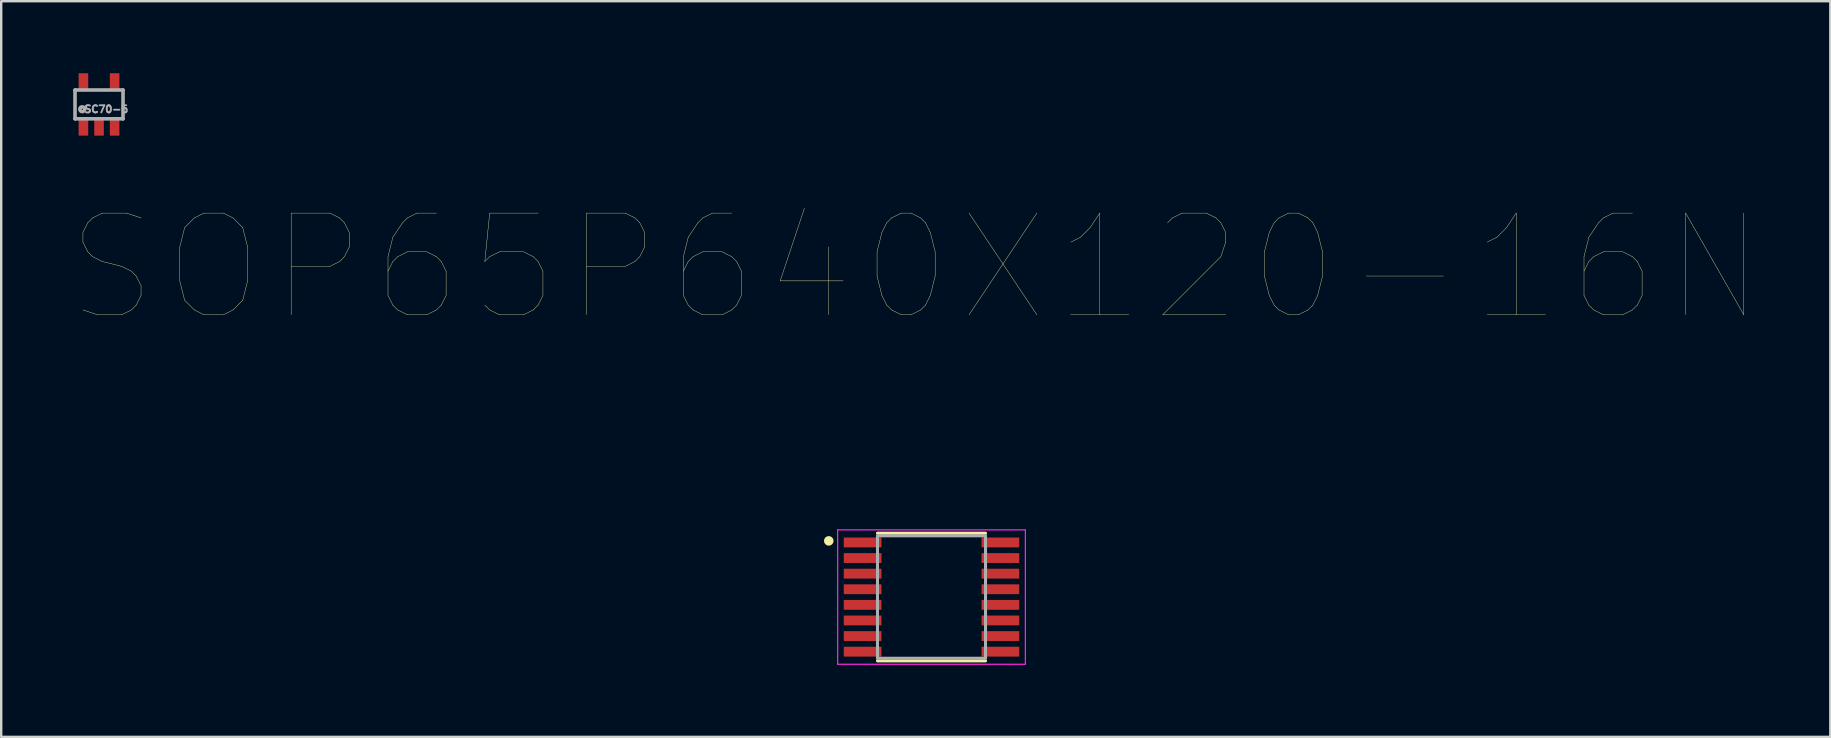
<source format=kicad_pcb>
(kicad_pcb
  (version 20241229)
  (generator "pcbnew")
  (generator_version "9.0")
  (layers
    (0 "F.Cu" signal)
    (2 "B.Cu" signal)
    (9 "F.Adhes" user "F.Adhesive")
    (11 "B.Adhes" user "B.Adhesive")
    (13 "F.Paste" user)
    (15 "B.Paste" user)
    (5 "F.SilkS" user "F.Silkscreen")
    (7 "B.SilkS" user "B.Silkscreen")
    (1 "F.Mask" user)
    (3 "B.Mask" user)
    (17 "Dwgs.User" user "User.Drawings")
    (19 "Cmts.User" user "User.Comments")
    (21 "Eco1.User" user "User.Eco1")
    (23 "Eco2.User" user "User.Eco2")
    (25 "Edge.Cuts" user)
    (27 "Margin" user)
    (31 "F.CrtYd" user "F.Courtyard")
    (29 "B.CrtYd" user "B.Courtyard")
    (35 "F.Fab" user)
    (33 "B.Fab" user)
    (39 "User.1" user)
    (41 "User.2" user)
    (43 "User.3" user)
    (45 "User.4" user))
  (footprint "SC70-5"
    (layer "F.Cu")
    (at 1.075 1.3)
    (property "Reference" "SC70-5" (at 0.3 0.2 0) (layer "F.Fab") (effects (font (size 0.3 0.3) (thickness 0.075))))
    (attr through_hole)
    (fp_line (start -1 -0.6) (end 1 -0.6) (stroke (width 0.15) (type solid)) (layer "F.Fab"))
    (fp_line (start -1 0.6) (end -1 -0.6) (stroke (width 0.15) (type solid)) (layer "F.Fab"))
    (fp_line (start 1 -0.6) (end 1 0.6) (stroke (width 0.15) (type solid)) (layer "F.Fab"))
    (fp_line (start 1 0.6) (end -1 0.6) (stroke (width 0.15) (type solid)) (layer "F.Fab"))
    (fp_circle (center -0.7 0.2) (end -0.7 0.3) (stroke (width 0.15) (type solid)) (fill no) (layer "F.Fab"))
    (pad "1" smd rect (at -0.65 0.95) (size 0.4 0.7) (layers "F.Cu" "F.Mask" "F.Paste"))
    (pad "2" smd rect (at 0 0.95) (size 0.4 0.7) (layers "F.Cu" "F.Mask" "F.Paste"))
    (pad "3" smd rect (at 0.65 0.95) (size 0.4 0.7) (layers "F.Cu" "F.Mask" "F.Paste"))
    (pad "4" smd rect (at 0.65 -0.95) (size 0.4 0.7) (layers "F.Cu" "F.Mask" "F.Paste"))
    (pad "5" smd rect (at -0.65 -0.95) (size 0.4 0.7) (layers "F.Cu" "F.Mask" "F.Paste")))
  (footprint "SOP65P640X120-16N"
    (layer "F.Cu")
    (at 35.755 21.822)
    (property "Reference" "SOP65P640X120-16N" (at -0.655 -13.718 0) (layer "F.SilkS") (effects (font (size 4.236 4.236) (thickness 0.015))))
    (attr through_hole)
    (fp_line (start -2.25 2.66) (end 2.25 2.66) (stroke (width 0.127) (type solid)) (layer "F.SilkS"))
    (fp_line (start 2.25 -2.66) (end -2.25 -2.66) (stroke (width 0.127) (type solid)) (layer "F.SilkS"))
    (fp_circle (center -4.28 -2.34) (end -4.18 -2.34) (stroke (width 0.2) (type solid)) (fill no) (layer "F.SilkS"))
    (fp_line (start -3.91 -2.8) (end 3.91 -2.8) (stroke (width 0.05) (type solid)) (layer "F.CrtYd"))
    (fp_line (start -3.91 2.8) (end -3.91 -2.8) (stroke (width 0.05) (type solid)) (layer "F.CrtYd"))
    (fp_line (start 3.91 -2.8) (end 3.91 2.8) (stroke (width 0.05) (type solid)) (layer "F.CrtYd"))
    (fp_line (start 3.91 2.8) (end -3.91 2.8) (stroke (width 0.05) (type solid)) (layer "F.CrtYd"))
    (fp_line (start -2.25 -2.55) (end -2.25 2.55) (stroke (width 0.127) (type solid)) (layer "F.Fab"))
    (fp_line (start -2.25 2.55) (end 2.25 2.55) (stroke (width 0.127) (type solid)) (layer "F.Fab"))
    (fp_line (start 2.25 -2.55) (end -2.25 -2.55) (stroke (width 0.127) (type solid)) (layer "F.Fab"))
    (fp_line (start 2.25 2.55) (end 2.25 -2.55) (stroke (width 0.127) (type solid)) (layer "F.Fab"))
    (pad "1" smd rect (at -2.87 -2.275) (size 1.57 0.41) (layers "F.Cu" "F.Mask" "F.Paste"))
    (pad "2" smd rect (at -2.87 -1.625) (size 1.57 0.41) (layers "F.Cu" "F.Mask" "F.Paste"))
    (pad "3" smd rect (at -2.87 -0.975) (size 1.57 0.41) (layers "F.Cu" "F.Mask" "F.Paste"))
    (pad "4" smd rect (at -2.87 -0.325) (size 1.57 0.41) (layers "F.Cu" "F.Mask" "F.Paste"))
    (pad "5" smd rect (at -2.87 0.325) (size 1.57 0.41) (layers "F.Cu" "F.Mask" "F.Paste"))
    (pad "6" smd rect (at -2.87 0.975) (size 1.57 0.41) (layers "F.Cu" "F.Mask" "F.Paste"))
    (pad "7" smd rect (at -2.87 1.625) (size 1.57 0.41) (layers "F.Cu" "F.Mask" "F.Paste"))
    (pad "8" smd rect (at -2.87 2.275) (size 1.57 0.41) (layers "F.Cu" "F.Mask" "F.Paste"))
    (pad "9" smd rect (at 2.87 2.275) (size 1.57 0.41) (layers "F.Cu" "F.Mask" "F.Paste"))
    (pad "10" smd rect (at 2.87 1.625) (size 1.57 0.41) (layers "F.Cu" "F.Mask" "F.Paste"))
    (pad "11" smd rect (at 2.87 0.975) (size 1.57 0.41) (layers "F.Cu" "F.Mask" "F.Paste"))
    (pad "12" smd rect (at 2.87 0.325) (size 1.57 0.41) (layers "F.Cu" "F.Mask" "F.Paste"))
    (pad "13" smd rect (at 2.87 -0.325) (size 1.57 0.41) (layers "F.Cu" "F.Mask" "F.Paste"))
    (pad "14" smd rect (at 2.87 -0.975) (size 1.57 0.41) (layers "F.Cu" "F.Mask" "F.Paste"))
    (pad "15" smd rect (at 2.87 -1.625) (size 1.57 0.41) (layers "F.Cu" "F.Mask" "F.Paste"))
    (pad "16" smd rect (at 2.87 -2.275) (size 1.57 0.41) (layers "F.Cu" "F.Mask" "F.Paste")))
  (gr_rect
    (start -3 -3)
    (end 73.198 27.647)
    (stroke (width 0.1) (type default))
    (fill no)
    (layer "Edge.Cuts")))
</source>
